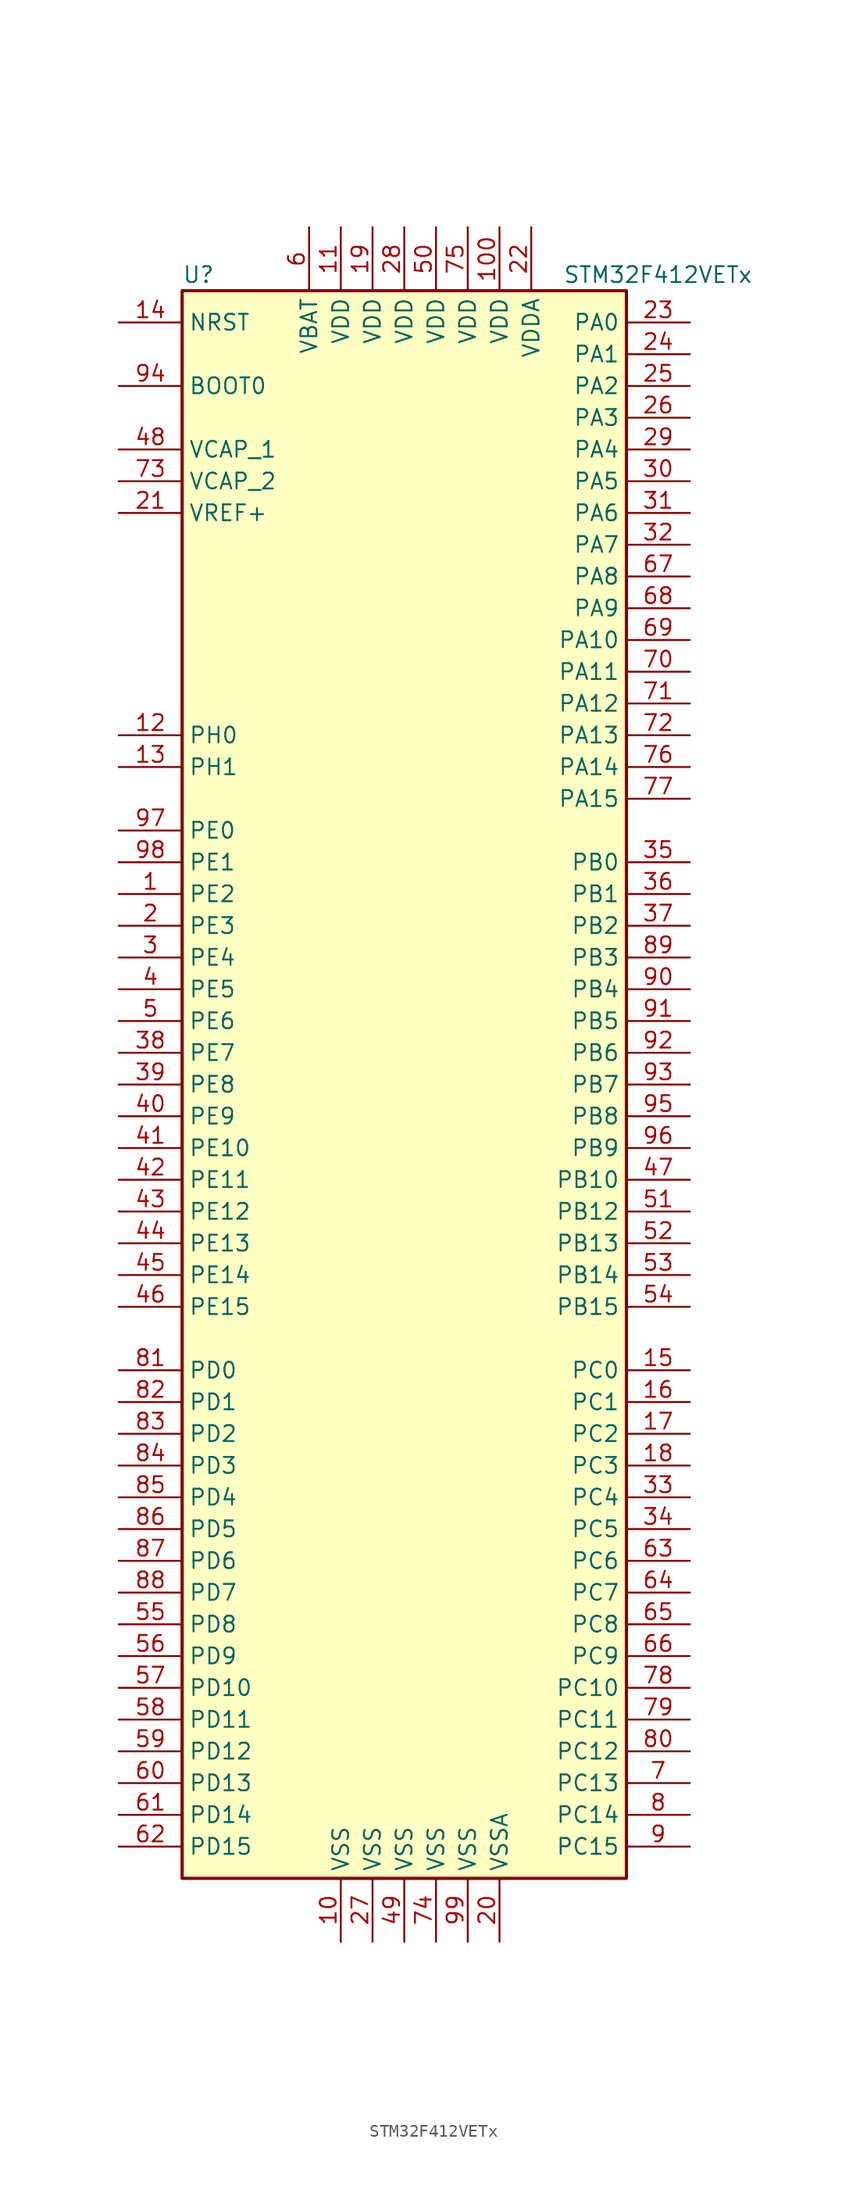
<source format=kicad_sym>
(kicad_symbol_lib
  (version 20201005)
  (generator kicad_symbol_editor)
  (symbol "MCU_ST_STM32F4:STM32F412VETx"
    (property "Reference" "U"
      (at -17.78 64.77 0)
      (effects (font (size 1.27 1.27)) (justify left)))
    (property "Value" "STM32F412VETx"
      (at 12.7 64.77 0)
      (effects (font (size 1.27 1.27)) (justify left)))
    (symbol "STM32F412VETx_0_1"
      (rectangle (start -17.78 -63.5) (end 17.78 63.5) (stroke (width 0.254)) (fill (type background))))
    (symbol "STM32F412VETx_1_1"
      (pin input line (at -22.86 55.88 0) (length 5.08) (name "BOOT0" (effects (font (size 1.27 1.27)))) (number "94" (effects (font (size 1.27 1.27)))))
      (pin input line (at -22.86 60.96 0) (length 5.08) (name "NRST" (effects (font (size 1.27 1.27)))) (number "14" (effects (font (size 1.27 1.27)))))
      (pin bidirectional line (at 22.86 60.96 180) (length 5.08) (name "PA0" (effects (font (size 1.27 1.27)))) (number "23" (effects (font (size 1.27 1.27)))))
      (pin bidirectional line (at 22.86 58.42 180) (length 5.08) (name "PA1" (effects (font (size 1.27 1.27)))) (number "24" (effects (font (size 1.27 1.27)))))
      (pin bidirectional line (at 22.86 35.56 180) (length 5.08) (name "PA10" (effects (font (size 1.27 1.27)))) (number "69" (effects (font (size 1.27 1.27)))))
      (pin bidirectional line (at 22.86 33.02 180) (length 5.08) (name "PA11" (effects (font (size 1.27 1.27)))) (number "70" (effects (font (size 1.27 1.27)))))
      (pin bidirectional line (at 22.86 30.48 180) (length 5.08) (name "PA12" (effects (font (size 1.27 1.27)))) (number "71" (effects (font (size 1.27 1.27)))))
      (pin bidirectional line (at 22.86 27.94 180) (length 5.08) (name "PA13" (effects (font (size 1.27 1.27)))) (number "72" (effects (font (size 1.27 1.27)))))
      (pin bidirectional line (at 22.86 25.4 180) (length 5.08) (name "PA14" (effects (font (size 1.27 1.27)))) (number "76" (effects (font (size 1.27 1.27)))))
      (pin bidirectional line (at 22.86 22.86 180) (length 5.08) (name "PA15" (effects (font (size 1.27 1.27)))) (number "77" (effects (font (size 1.27 1.27)))))
      (pin bidirectional line (at 22.86 55.88 180) (length 5.08) (name "PA2" (effects (font (size 1.27 1.27)))) (number "25" (effects (font (size 1.27 1.27)))))
      (pin bidirectional line (at 22.86 53.34 180) (length 5.08) (name "PA3" (effects (font (size 1.27 1.27)))) (number "26" (effects (font (size 1.27 1.27)))))
      (pin bidirectional line (at 22.86 50.8 180) (length 5.08) (name "PA4" (effects (font (size 1.27 1.27)))) (number "29" (effects (font (size 1.27 1.27)))))
      (pin bidirectional line (at 22.86 48.26 180) (length 5.08) (name "PA5" (effects (font (size 1.27 1.27)))) (number "30" (effects (font (size 1.27 1.27)))))
      (pin bidirectional line (at 22.86 45.72 180) (length 5.08) (name "PA6" (effects (font (size 1.27 1.27)))) (number "31" (effects (font (size 1.27 1.27)))))
      (pin bidirectional line (at 22.86 43.18 180) (length 5.08) (name "PA7" (effects (font (size 1.27 1.27)))) (number "32" (effects (font (size 1.27 1.27)))))
      (pin bidirectional line (at 22.86 40.64 180) (length 5.08) (name "PA8" (effects (font (size 1.27 1.27)))) (number "67" (effects (font (size 1.27 1.27)))))
      (pin bidirectional line (at 22.86 38.1 180) (length 5.08) (name "PA9" (effects (font (size 1.27 1.27)))) (number "68" (effects (font (size 1.27 1.27)))))
      (pin bidirectional line (at 22.86 17.78 180) (length 5.08) (name "PB0" (effects (font (size 1.27 1.27)))) (number "35" (effects (font (size 1.27 1.27)))))
      (pin bidirectional line (at 22.86 15.24 180) (length 5.08) (name "PB1" (effects (font (size 1.27 1.27)))) (number "36" (effects (font (size 1.27 1.27)))))
      (pin bidirectional line (at 22.86 -7.62 180) (length 5.08) (name "PB10" (effects (font (size 1.27 1.27)))) (number "47" (effects (font (size 1.27 1.27)))))
      (pin bidirectional line (at 22.86 -10.16 180) (length 5.08) (name "PB12" (effects (font (size 1.27 1.27)))) (number "51" (effects (font (size 1.27 1.27)))))
      (pin bidirectional line (at 22.86 -12.7 180) (length 5.08) (name "PB13" (effects (font (size 1.27 1.27)))) (number "52" (effects (font (size 1.27 1.27)))))
      (pin bidirectional line (at 22.86 -15.24 180) (length 5.08) (name "PB14" (effects (font (size 1.27 1.27)))) (number "53" (effects (font (size 1.27 1.27)))))
      (pin bidirectional line (at 22.86 -17.78 180) (length 5.08) (name "PB15" (effects (font (size 1.27 1.27)))) (number "54" (effects (font (size 1.27 1.27)))))
      (pin bidirectional line (at 22.86 12.7 180) (length 5.08) (name "PB2" (effects (font (size 1.27 1.27)))) (number "37" (effects (font (size 1.27 1.27)))))
      (pin bidirectional line (at 22.86 10.16 180) (length 5.08) (name "PB3" (effects (font (size 1.27 1.27)))) (number "89" (effects (font (size 1.27 1.27)))))
      (pin bidirectional line (at 22.86 7.62 180) (length 5.08) (name "PB4" (effects (font (size 1.27 1.27)))) (number "90" (effects (font (size 1.27 1.27)))))
      (pin bidirectional line (at 22.86 5.08 180) (length 5.08) (name "PB5" (effects (font (size 1.27 1.27)))) (number "91" (effects (font (size 1.27 1.27)))))
      (pin bidirectional line (at 22.86 2.54 180) (length 5.08) (name "PB6" (effects (font (size 1.27 1.27)))) (number "92" (effects (font (size 1.27 1.27)))))
      (pin bidirectional line (at 22.86 0 180) (length 5.08) (name "PB7" (effects (font (size 1.27 1.27)))) (number "93" (effects (font (size 1.27 1.27)))))
      (pin bidirectional line (at 22.86 -2.54 180) (length 5.08) (name "PB8" (effects (font (size 1.27 1.27)))) (number "95" (effects (font (size 1.27 1.27)))))
      (pin bidirectional line (at 22.86 -5.08 180) (length 5.08) (name "PB9" (effects (font (size 1.27 1.27)))) (number "96" (effects (font (size 1.27 1.27)))))
      (pin bidirectional line (at 22.86 -22.86 180) (length 5.08) (name "PC0" (effects (font (size 1.27 1.27)))) (number "15" (effects (font (size 1.27 1.27)))))
      (pin bidirectional line (at 22.86 -25.4 180) (length 5.08) (name "PC1" (effects (font (size 1.27 1.27)))) (number "16" (effects (font (size 1.27 1.27)))))
      (pin bidirectional line (at 22.86 -48.26 180) (length 5.08) (name "PC10" (effects (font (size 1.27 1.27)))) (number "78" (effects (font (size 1.27 1.27)))))
      (pin bidirectional line (at 22.86 -50.8 180) (length 5.08) (name "PC11" (effects (font (size 1.27 1.27)))) (number "79" (effects (font (size 1.27 1.27)))))
      (pin bidirectional line (at 22.86 -53.34 180) (length 5.08) (name "PC12" (effects (font (size 1.27 1.27)))) (number "80" (effects (font (size 1.27 1.27)))))
      (pin bidirectional line (at 22.86 -55.88 180) (length 5.08) (name "PC13" (effects (font (size 1.27 1.27)))) (number "7" (effects (font (size 1.27 1.27)))))
      (pin bidirectional line (at 22.86 -58.42 180) (length 5.08) (name "PC14" (effects (font (size 1.27 1.27)))) (number "8" (effects (font (size 1.27 1.27)))))
      (pin bidirectional line (at 22.86 -60.96 180) (length 5.08) (name "PC15" (effects (font (size 1.27 1.27)))) (number "9" (effects (font (size 1.27 1.27)))))
      (pin bidirectional line (at 22.86 -27.94 180) (length 5.08) (name "PC2" (effects (font (size 1.27 1.27)))) (number "17" (effects (font (size 1.27 1.27)))))
      (pin bidirectional line (at 22.86 -30.48 180) (length 5.08) (name "PC3" (effects (font (size 1.27 1.27)))) (number "18" (effects (font (size 1.27 1.27)))))
      (pin bidirectional line (at 22.86 -33.02 180) (length 5.08) (name "PC4" (effects (font (size 1.27 1.27)))) (number "33" (effects (font (size 1.27 1.27)))))
      (pin bidirectional line (at 22.86 -35.56 180) (length 5.08) (name "PC5" (effects (font (size 1.27 1.27)))) (number "34" (effects (font (size 1.27 1.27)))))
      (pin bidirectional line (at 22.86 -38.1 180) (length 5.08) (name "PC6" (effects (font (size 1.27 1.27)))) (number "63" (effects (font (size 1.27 1.27)))))
      (pin bidirectional line (at 22.86 -40.64 180) (length 5.08) (name "PC7" (effects (font (size 1.27 1.27)))) (number "64" (effects (font (size 1.27 1.27)))))
      (pin bidirectional line (at 22.86 -43.18 180) (length 5.08) (name "PC8" (effects (font (size 1.27 1.27)))) (number "65" (effects (font (size 1.27 1.27)))))
      (pin bidirectional line (at 22.86 -45.72 180) (length 5.08) (name "PC9" (effects (font (size 1.27 1.27)))) (number "66" (effects (font (size 1.27 1.27)))))
      (pin bidirectional line (at -22.86 -22.86 0) (length 5.08) (name "PD0" (effects (font (size 1.27 1.27)))) (number "81" (effects (font (size 1.27 1.27)))))
      (pin bidirectional line (at -22.86 -25.4 0) (length 5.08) (name "PD1" (effects (font (size 1.27 1.27)))) (number "82" (effects (font (size 1.27 1.27)))))
      (pin bidirectional line (at -22.86 -48.26 0) (length 5.08) (name "PD10" (effects (font (size 1.27 1.27)))) (number "57" (effects (font (size 1.27 1.27)))))
      (pin bidirectional line (at -22.86 -50.8 0) (length 5.08) (name "PD11" (effects (font (size 1.27 1.27)))) (number "58" (effects (font (size 1.27 1.27)))))
      (pin bidirectional line (at -22.86 -53.34 0) (length 5.08) (name "PD12" (effects (font (size 1.27 1.27)))) (number "59" (effects (font (size 1.27 1.27)))))
      (pin bidirectional line (at -22.86 -55.88 0) (length 5.08) (name "PD13" (effects (font (size 1.27 1.27)))) (number "60" (effects (font (size 1.27 1.27)))))
      (pin bidirectional line (at -22.86 -58.42 0) (length 5.08) (name "PD14" (effects (font (size 1.27 1.27)))) (number "61" (effects (font (size 1.27 1.27)))))
      (pin bidirectional line (at -22.86 -60.96 0) (length 5.08) (name "PD15" (effects (font (size 1.27 1.27)))) (number "62" (effects (font (size 1.27 1.27)))))
      (pin bidirectional line (at -22.86 -27.94 0) (length 5.08) (name "PD2" (effects (font (size 1.27 1.27)))) (number "83" (effects (font (size 1.27 1.27)))))
      (pin bidirectional line (at -22.86 -30.48 0) (length 5.08) (name "PD3" (effects (font (size 1.27 1.27)))) (number "84" (effects (font (size 1.27 1.27)))))
      (pin bidirectional line (at -22.86 -33.02 0) (length 5.08) (name "PD4" (effects (font (size 1.27 1.27)))) (number "85" (effects (font (size 1.27 1.27)))))
      (pin bidirectional line (at -22.86 -35.56 0) (length 5.08) (name "PD5" (effects (font (size 1.27 1.27)))) (number "86" (effects (font (size 1.27 1.27)))))
      (pin bidirectional line (at -22.86 -38.1 0) (length 5.08) (name "PD6" (effects (font (size 1.27 1.27)))) (number "87" (effects (font (size 1.27 1.27)))))
      (pin bidirectional line (at -22.86 -40.64 0) (length 5.08) (name "PD7" (effects (font (size 1.27 1.27)))) (number "88" (effects (font (size 1.27 1.27)))))
      (pin bidirectional line (at -22.86 -43.18 0) (length 5.08) (name "PD8" (effects (font (size 1.27 1.27)))) (number "55" (effects (font (size 1.27 1.27)))))
      (pin bidirectional line (at -22.86 -45.72 0) (length 5.08) (name "PD9" (effects (font (size 1.27 1.27)))) (number "56" (effects (font (size 1.27 1.27)))))
      (pin bidirectional line (at -22.86 20.32 0) (length 5.08) (name "PE0" (effects (font (size 1.27 1.27)))) (number "97" (effects (font (size 1.27 1.27)))))
      (pin bidirectional line (at -22.86 17.78 0) (length 5.08) (name "PE1" (effects (font (size 1.27 1.27)))) (number "98" (effects (font (size 1.27 1.27)))))
      (pin bidirectional line (at -22.86 -5.08 0) (length 5.08) (name "PE10" (effects (font (size 1.27 1.27)))) (number "41" (effects (font (size 1.27 1.27)))))
      (pin bidirectional line (at -22.86 -7.62 0) (length 5.08) (name "PE11" (effects (font (size 1.27 1.27)))) (number "42" (effects (font (size 1.27 1.27)))))
      (pin bidirectional line (at -22.86 -10.16 0) (length 5.08) (name "PE12" (effects (font (size 1.27 1.27)))) (number "43" (effects (font (size 1.27 1.27)))))
      (pin bidirectional line (at -22.86 -12.7 0) (length 5.08) (name "PE13" (effects (font (size 1.27 1.27)))) (number "44" (effects (font (size 1.27 1.27)))))
      (pin bidirectional line (at -22.86 -15.24 0) (length 5.08) (name "PE14" (effects (font (size 1.27 1.27)))) (number "45" (effects (font (size 1.27 1.27)))))
      (pin bidirectional line (at -22.86 -17.78 0) (length 5.08) (name "PE15" (effects (font (size 1.27 1.27)))) (number "46" (effects (font (size 1.27 1.27)))))
      (pin bidirectional line (at -22.86 15.24 0) (length 5.08) (name "PE2" (effects (font (size 1.27 1.27)))) (number "1" (effects (font (size 1.27 1.27)))))
      (pin bidirectional line (at -22.86 12.7 0) (length 5.08) (name "PE3" (effects (font (size 1.27 1.27)))) (number "2" (effects (font (size 1.27 1.27)))))
      (pin bidirectional line (at -22.86 10.16 0) (length 5.08) (name "PE4" (effects (font (size 1.27 1.27)))) (number "3" (effects (font (size 1.27 1.27)))))
      (pin bidirectional line (at -22.86 7.62 0) (length 5.08) (name "PE5" (effects (font (size 1.27 1.27)))) (number "4" (effects (font (size 1.27 1.27)))))
      (pin bidirectional line (at -22.86 5.08 0) (length 5.08) (name "PE6" (effects (font (size 1.27 1.27)))) (number "5" (effects (font (size 1.27 1.27)))))
      (pin bidirectional line (at -22.86 2.54 0) (length 5.08) (name "PE7" (effects (font (size 1.27 1.27)))) (number "38" (effects (font (size 1.27 1.27)))))
      (pin bidirectional line (at -22.86 0 0) (length 5.08) (name "PE8" (effects (font (size 1.27 1.27)))) (number "39" (effects (font (size 1.27 1.27)))))
      (pin bidirectional line (at -22.86 -2.54 0) (length 5.08) (name "PE9" (effects (font (size 1.27 1.27)))) (number "40" (effects (font (size 1.27 1.27)))))
      (pin input line (at -22.86 27.94 0) (length 5.08) (name "PH0" (effects (font (size 1.27 1.27)))) (number "12" (effects (font (size 1.27 1.27)))))
      (pin input line (at -22.86 25.4 0) (length 5.08) (name "PH1" (effects (font (size 1.27 1.27)))) (number "13" (effects (font (size 1.27 1.27)))))
      (pin power_in line (at -7.62 68.58 270) (length 5.08) (name "VBAT" (effects (font (size 1.27 1.27)))) (number "6" (effects (font (size 1.27 1.27)))))
      (pin power_in line (at -22.86 50.8 0) (length 5.08) (name "VCAP_1" (effects (font (size 1.27 1.27)))) (number "48" (effects (font (size 1.27 1.27)))))
      (pin power_in line (at -22.86 48.26 0) (length 5.08) (name "VCAP_2" (effects (font (size 1.27 1.27)))) (number "73" (effects (font (size 1.27 1.27)))))
      (pin power_in line (at 7.62 68.58 270) (length 5.08) (name "VDD" (effects (font (size 1.27 1.27)))) (number "100" (effects (font (size 1.27 1.27)))))
      (pin power_in line (at -5.08 68.58 270) (length 5.08) (name "VDD" (effects (font (size 1.27 1.27)))) (number "11" (effects (font (size 1.27 1.27)))))
      (pin power_in line (at -2.54 68.58 270) (length 5.08) (name "VDD" (effects (font (size 1.27 1.27)))) (number "19" (effects (font (size 1.27 1.27)))))
      (pin power_in line (at 0 68.58 270) (length 5.08) (name "VDD" (effects (font (size 1.27 1.27)))) (number "28" (effects (font (size 1.27 1.27)))))
      (pin power_in line (at 2.54 68.58 270) (length 5.08) (name "VDD" (effects (font (size 1.27 1.27)))) (number "50" (effects (font (size 1.27 1.27)))))
      (pin power_in line (at 5.08 68.58 270) (length 5.08) (name "VDD" (effects (font (size 1.27 1.27)))) (number "75" (effects (font (size 1.27 1.27)))))
      (pin power_in line (at 10.16 68.58 270) (length 5.08) (name "VDDA" (effects (font (size 1.27 1.27)))) (number "22" (effects (font (size 1.27 1.27)))))
      (pin power_in line (at -22.86 45.72 0) (length 5.08) (name "VREF+" (effects (font (size 1.27 1.27)))) (number "21" (effects (font (size 1.27 1.27)))))
      (pin power_in line (at -5.08 -68.58 90) (length 5.08) (name "VSS" (effects (font (size 1.27 1.27)))) (number "10" (effects (font (size 1.27 1.27)))))
      (pin power_in line (at -2.54 -68.58 90) (length 5.08) (name "VSS" (effects (font (size 1.27 1.27)))) (number "27" (effects (font (size 1.27 1.27)))))
      (pin power_in line (at 0 -68.58 90) (length 5.08) (name "VSS" (effects (font (size 1.27 1.27)))) (number "49" (effects (font (size 1.27 1.27)))))
      (pin power_in line (at 2.54 -68.58 90) (length 5.08) (name "VSS" (effects (font (size 1.27 1.27)))) (number "74" (effects (font (size 1.27 1.27)))))
      (pin power_in line (at 5.08 -68.58 90) (length 5.08) (name "VSS" (effects (font (size 1.27 1.27)))) (number "99" (effects (font (size 1.27 1.27)))))
      (pin power_in line (at 7.62 -68.58 90) (length 5.08) (name "VSSA" (effects (font (size 1.27 1.27)))) (number "20" (effects (font (size 1.27 1.27))))))))
</source>
